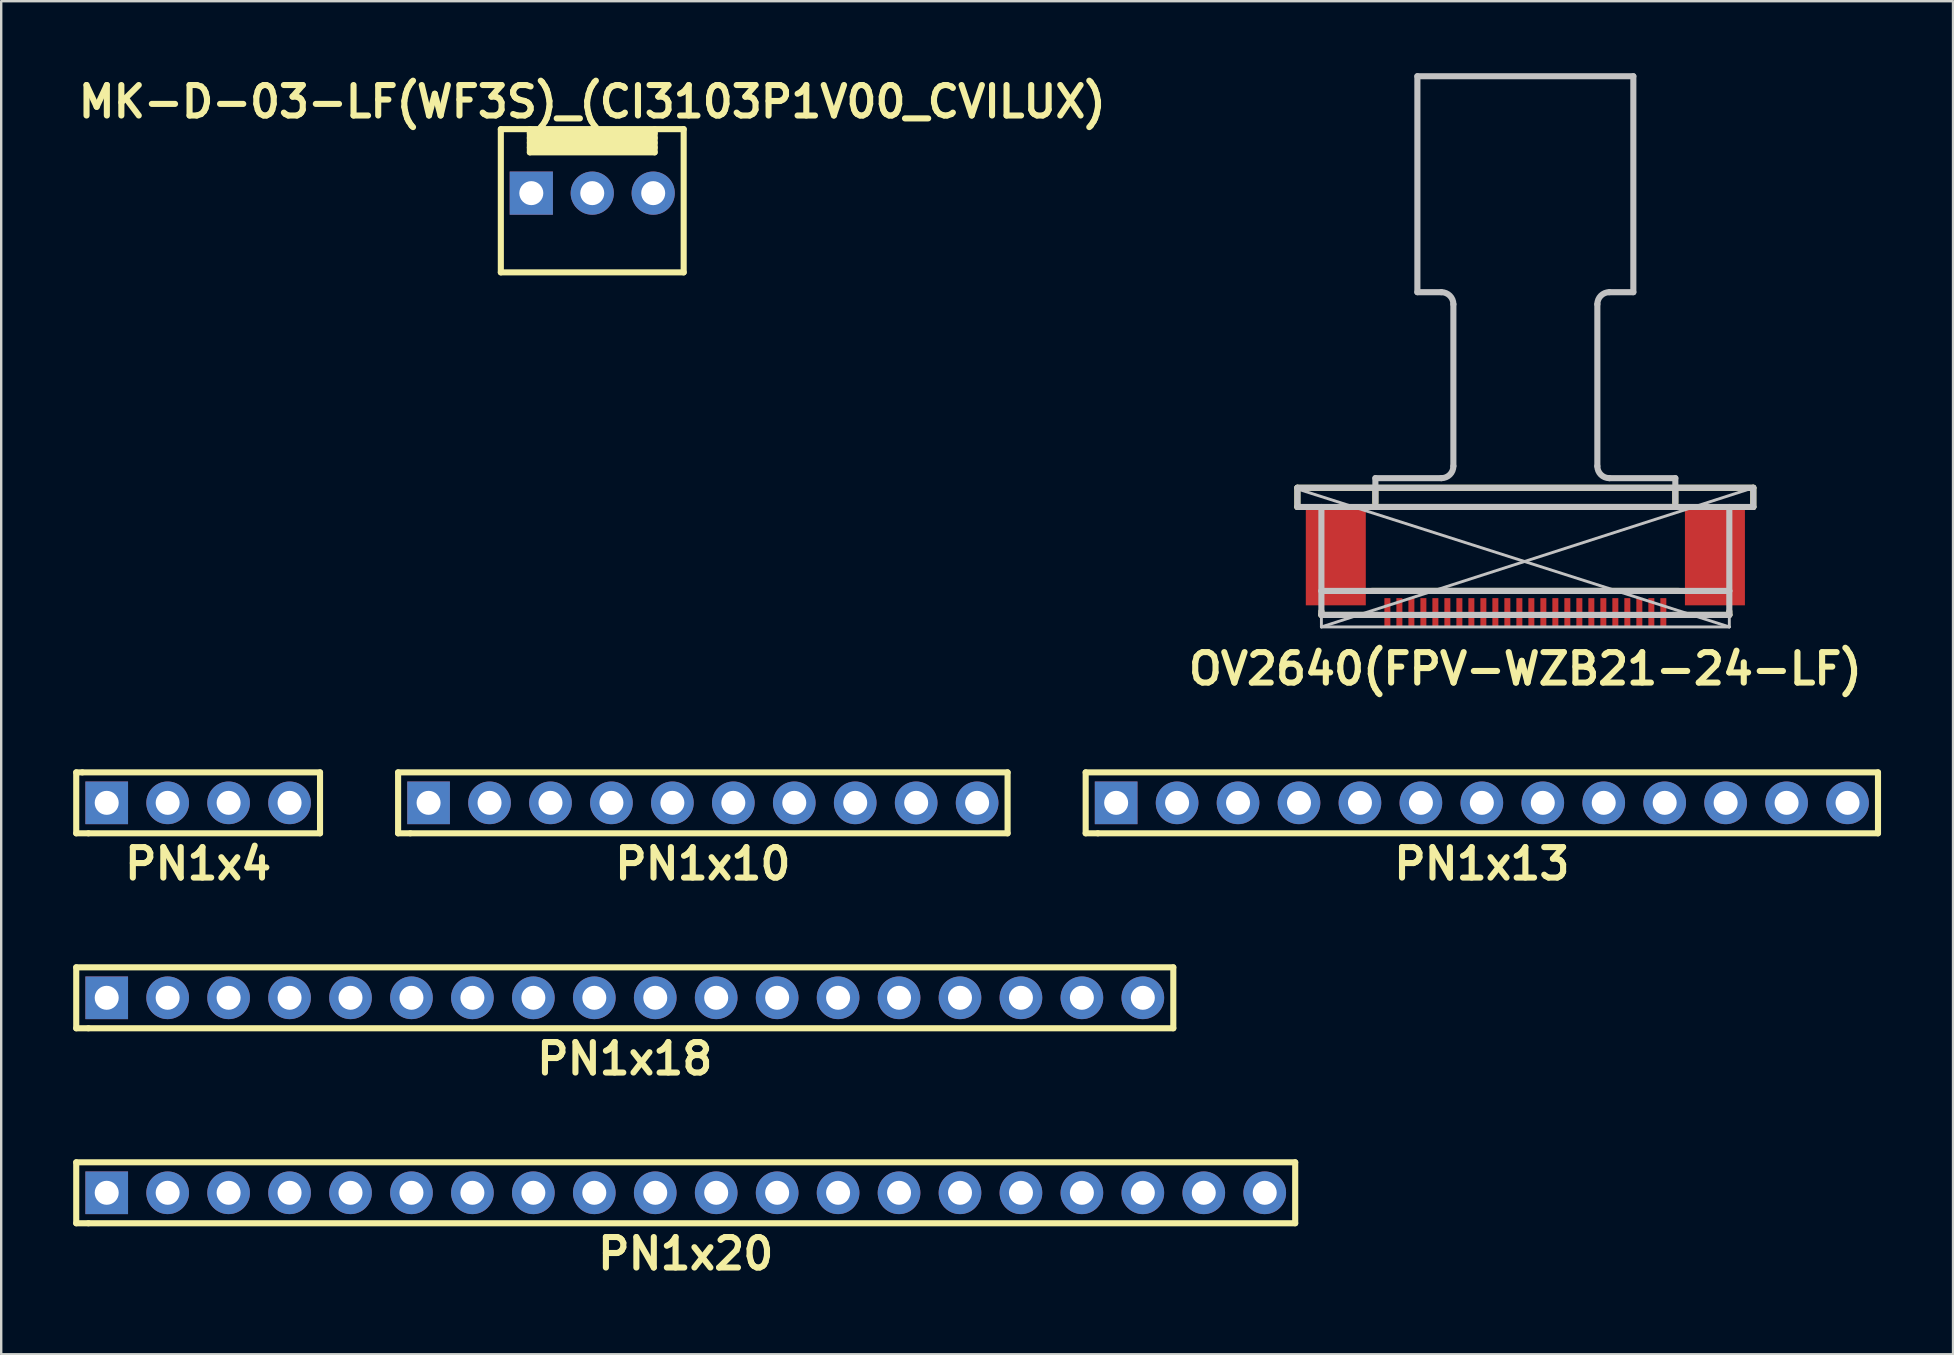
<source format=kicad_pcb>
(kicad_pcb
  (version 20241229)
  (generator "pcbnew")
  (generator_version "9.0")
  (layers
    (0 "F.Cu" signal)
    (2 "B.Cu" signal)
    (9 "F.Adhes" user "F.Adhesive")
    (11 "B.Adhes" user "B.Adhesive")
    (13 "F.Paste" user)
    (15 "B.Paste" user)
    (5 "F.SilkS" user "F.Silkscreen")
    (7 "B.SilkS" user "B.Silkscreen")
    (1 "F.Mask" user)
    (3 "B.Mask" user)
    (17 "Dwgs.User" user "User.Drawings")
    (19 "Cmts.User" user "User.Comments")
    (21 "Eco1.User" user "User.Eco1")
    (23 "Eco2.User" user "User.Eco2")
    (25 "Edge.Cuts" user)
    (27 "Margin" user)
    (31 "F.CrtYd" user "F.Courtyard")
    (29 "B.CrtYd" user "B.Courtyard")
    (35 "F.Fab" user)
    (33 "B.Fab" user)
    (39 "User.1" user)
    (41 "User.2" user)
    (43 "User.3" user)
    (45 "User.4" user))
  (footprint "PN1x13"
    (layer "F.Cu")
    (at 58.705 30.408)
    (property "Reference" "PN1x13" (at 0 2.54 0) (layer "F.SilkS") (effects (font (size 1.27 1.27) (thickness 0.254))))
    (attr through_hole)
    (fp_line (start -16.51 -1.27) (end -16.51 1.27) (stroke (width 0.254) (type solid)) (layer "F.SilkS"))
    (fp_line (start -16.51 -1.27) (end 16.51 -1.27) (stroke (width 0.254) (type solid)) (layer "F.SilkS"))
    (fp_line (start -16.002 1.27) (end -16.51 1.27) (stroke (width 0.254) (type solid)) (layer "F.SilkS"))
    (fp_line (start 16.51 -1.27) (end 16.51 1.27) (stroke (width 0.254) (type solid)) (layer "F.SilkS"))
    (fp_line (start 16.51 1.27) (end -16.002 1.27) (stroke (width 0.254) (type solid)) (layer "F.SilkS"))
    (pad "1" thru_hole rect (at -15.24 0) (size 1.778 1.778) (drill 1) (layers "*.Cu" "*.Mask"))
    (pad "2" thru_hole circle (at -12.7 0) (size 1.778 1.778) (drill 1) (layers "*.Cu" "*.Mask"))
    (pad "3" thru_hole circle (at -10.16 0) (size 1.778 1.778) (drill 1) (layers "*.Cu" "*.Mask"))
    (pad "4" thru_hole circle (at -7.62 0) (size 1.778 1.778) (drill 1) (layers "*.Cu" "*.Mask"))
    (pad "5" thru_hole circle (at -5.08 0) (size 1.778 1.778) (drill 1) (layers "*.Cu" "*.Mask"))
    (pad "6" thru_hole circle (at -2.54 0) (size 1.778 1.778) (drill 1) (layers "*.Cu" "*.Mask"))
    (pad "7" thru_hole circle (at 0 0) (size 1.778 1.778) (drill 1) (layers "*.Cu" "*.Mask"))
    (pad "8" thru_hole circle (at 2.54 0) (size 1.778 1.778) (drill 1) (layers "*.Cu" "*.Mask"))
    (pad "9" thru_hole circle (at 5.08 0) (size 1.778 1.778) (drill 1) (layers "*.Cu" "*.Mask"))
    (pad "10" thru_hole circle (at 7.62 0) (size 1.778 1.778) (drill 1) (layers "*.Cu" "*.Mask"))
    (pad "11" thru_hole circle (at 10.16 0) (size 1.778 1.778) (drill 1) (layers "*.Cu" "*.Mask"))
    (pad "12" thru_hole circle (at 12.7 0) (size 1.778 1.778) (drill 1) (layers "*.Cu" "*.Mask"))
    (pad "13" thru_hole circle (at 15.24 0) (size 1.778 1.778) (drill 1) (layers "*.Cu" "*.Mask")))
  (footprint "PN1x4"
    (layer "F.Cu")
    (at 5.207 30.408)
    (property "Reference" "PN1x4" (at 0 2.54 0) (layer "F.SilkS") (effects (font (size 1.27 1.27) (thickness 0.254))))
    (attr through_hole)
    (fp_line (start -5.08 -1.27) (end -5.08 1.27) (stroke (width 0.254) (type solid)) (layer "F.SilkS"))
    (fp_line (start -5.08 -1.27) (end -4.826 -1.27) (stroke (width 0.254) (type solid)) (layer "F.SilkS"))
    (fp_line (start -4.826 -1.27) (end 5.08 -1.27) (stroke (width 0.254) (type solid)) (layer "F.SilkS"))
    (fp_line (start -4.572 1.27) (end -5.08 1.27) (stroke (width 0.254) (type solid)) (layer "F.SilkS"))
    (fp_line (start 5.08 -1.27) (end 5.08 1.27) (stroke (width 0.254) (type solid)) (layer "F.SilkS"))
    (fp_line (start 5.08 1.27) (end -4.572 1.27) (stroke (width 0.254) (type solid)) (layer "F.SilkS"))
    (pad "1" thru_hole rect (at -3.81 0) (size 1.778 1.778) (drill 1) (layers "*.Cu" "*.Mask"))
    (pad "2" thru_hole circle (at -1.27 0) (size 1.778 1.778) (drill 1) (layers "*.Cu" "*.Mask"))
    (pad "3" thru_hole circle (at 1.27 0) (size 1.778 1.778) (drill 1) (layers "*.Cu" "*.Mask"))
    (pad "4" thru_hole circle (at 3.81 0) (size 1.778 1.778) (drill 1) (layers "*.Cu" "*.Mask")))
  (footprint "PN1x10"
    (layer "F.Cu")
    (at 26.241 30.408)
    (property "Reference" "PN1x10" (at 0 2.54 0) (layer "F.SilkS") (effects (font (size 1.27 1.27) (thickness 0.254))))
    (attr through_hole)
    (fp_line (start -12.7 -1.27) (end -12.7 1.27) (stroke (width 0.254) (type solid)) (layer "F.SilkS"))
    (fp_line (start -12.7 -1.27) (end 12.7 -1.27) (stroke (width 0.254) (type solid)) (layer "F.SilkS"))
    (fp_line (start -12.192 1.27) (end -12.7 1.27) (stroke (width 0.254) (type solid)) (layer "F.SilkS"))
    (fp_line (start 12.7 -1.27) (end 12.7 1.27) (stroke (width 0.254) (type solid)) (layer "F.SilkS"))
    (fp_line (start 12.7 1.27) (end -12.192 1.27) (stroke (width 0.254) (type solid)) (layer "F.SilkS"))
    (pad "1" thru_hole rect (at -11.43 0) (size 1.778 1.778) (drill 1) (layers "*.Cu" "*.Mask"))
    (pad "2" thru_hole circle (at -8.89 0) (size 1.778 1.778) (drill 1) (layers "*.Cu" "*.Mask"))
    (pad "3" thru_hole circle (at -6.35 0) (size 1.778 1.778) (drill 1) (layers "*.Cu" "*.Mask"))
    (pad "4" thru_hole circle (at -3.81 0) (size 1.778 1.778) (drill 1) (layers "*.Cu" "*.Mask"))
    (pad "5" thru_hole circle (at -1.27 0) (size 1.778 1.778) (drill 1) (layers "*.Cu" "*.Mask"))
    (pad "6" thru_hole circle (at 1.27 0) (size 1.778 1.778) (drill 1) (layers "*.Cu" "*.Mask"))
    (pad "7" thru_hole circle (at 3.81 0) (size 1.778 1.778) (drill 1) (layers "*.Cu" "*.Mask"))
    (pad "8" thru_hole circle (at 6.35 0) (size 1.778 1.778) (drill 1) (layers "*.Cu" "*.Mask"))
    (pad "9" thru_hole circle (at 8.89 0) (size 1.778 1.778) (drill 1) (layers "*.Cu" "*.Mask"))
    (pad "10" thru_hole circle (at 11.43 0) (size 1.778 1.778) (drill 1) (layers "*.Cu" "*.Mask")))
  (footprint "PN1x18"
    (layer "F.Cu")
    (at 22.987 38.533)
    (property "Reference" "PN1x18" (at 0 2.54 0) (layer "F.SilkS") (effects (font (size 1.27 1.27) (thickness 0.254))))
    (attr through_hole)
    (fp_line (start -22.86 -1.27) (end -22.86 1.27) (stroke (width 0.254) (type solid)) (layer "F.SilkS"))
    (fp_line (start -22.86 -1.27) (end 22.86 -1.27) (stroke (width 0.254) (type solid)) (layer "F.SilkS"))
    (fp_line (start -22.352 1.27) (end -22.86 1.27) (stroke (width 0.254) (type solid)) (layer "F.SilkS"))
    (fp_line (start 22.86 -1.27) (end 22.86 1.27) (stroke (width 0.254) (type solid)) (layer "F.SilkS"))
    (fp_line (start 22.86 1.27) (end -22.352 1.27) (stroke (width 0.254) (type solid)) (layer "F.SilkS"))
    (pad "1" thru_hole rect (at -21.59 0) (size 1.778 1.778) (drill 1) (layers "*.Cu" "*.Mask"))
    (pad "2" thru_hole circle (at -19.05 0) (size 1.778 1.778) (drill 1) (layers "*.Cu" "*.Mask"))
    (pad "3" thru_hole circle (at -16.51 0) (size 1.778 1.778) (drill 1) (layers "*.Cu" "*.Mask"))
    (pad "4" thru_hole circle (at -13.97 0) (size 1.778 1.778) (drill 1) (layers "*.Cu" "*.Mask"))
    (pad "5" thru_hole circle (at -11.43 0) (size 1.778 1.778) (drill 1) (layers "*.Cu" "*.Mask"))
    (pad "6" thru_hole circle (at -8.89 0) (size 1.778 1.778) (drill 1) (layers "*.Cu" "*.Mask"))
    (pad "7" thru_hole circle (at -6.35 0) (size 1.778 1.778) (drill 1) (layers "*.Cu" "*.Mask"))
    (pad "8" thru_hole circle (at -3.81 0) (size 1.778 1.778) (drill 1) (layers "*.Cu" "*.Mask"))
    (pad "9" thru_hole circle (at -1.27 0) (size 1.778 1.778) (drill 1) (layers "*.Cu" "*.Mask"))
    (pad "10" thru_hole circle (at 1.27 0) (size 1.778 1.778) (drill 1) (layers "*.Cu" "*.Mask"))
    (pad "11" thru_hole circle (at 3.81 0) (size 1.778 1.778) (drill 1) (layers "*.Cu" "*.Mask"))
    (pad "12" thru_hole circle (at 6.35 0) (size 1.778 1.778) (drill 1) (layers "*.Cu" "*.Mask"))
    (pad "13" thru_hole circle (at 8.89 0) (size 1.778 1.778) (drill 1) (layers "*.Cu" "*.Mask"))
    (pad "14" thru_hole circle (at 11.43 0) (size 1.778 1.778) (drill 1) (layers "*.Cu" "*.Mask"))
    (pad "15" thru_hole circle (at 13.97 0) (size 1.778 1.778) (drill 1) (layers "*.Cu" "*.Mask"))
    (pad "16" thru_hole circle (at 16.51 0) (size 1.778 1.778) (drill 1) (layers "*.Cu" "*.Mask"))
    (pad "17" thru_hole circle (at 19.05 0) (size 1.778 1.778) (drill 1) (layers "*.Cu" "*.Mask"))
    (pad "18" thru_hole circle (at 21.59 0) (size 1.778 1.778) (drill 1) (layers "*.Cu" "*.Mask")))
  (footprint "MK-D-03-LF(WF3S)_(CI3103P1V00_CVILUX)"
    (layer "F.Cu")
    (at 21.632 4.999)
    (property "Reference" "MK-D-03-LF(WF3S)_(CI3103P1V00_CVILUX)" (at 0 -3.81 0) (layer "F.SilkS") (effects (font (size 1.27 1.27) (thickness 0.254))))
    (attr through_hole)
    (fp_line (start -3.81 -2.667) (end 3.81 -2.667) (stroke (width 0.254) (type solid)) (layer "F.SilkS"))
    (fp_line (start -3.81 3.302) (end -3.81 -2.667) (stroke (width 0.254) (type solid)) (layer "F.SilkS"))
    (fp_line (start -2.6 -2.667) (end -2.6 -1.7) (stroke (width 0.254) (type solid)) (layer "F.SilkS"))
    (fp_line (start -2.6 -2.5) (end 2.6 -2.5) (stroke (width 0.254) (type solid)) (layer "F.SilkS"))
    (fp_line (start -2.6 -2.3) (end 2.6 -2.3) (stroke (width 0.254) (type solid)) (layer "F.SilkS"))
    (fp_line (start -2.6 -2.1) (end 2.6 -2.1) (stroke (width 0.254) (type solid)) (layer "F.SilkS"))
    (fp_line (start -2.6 -1.9) (end 2.6 -1.9) (stroke (width 0.254) (type solid)) (layer "F.SilkS"))
    (fp_line (start -2.6 -1.7) (end 2.6 -1.7) (stroke (width 0.254) (type solid)) (layer "F.SilkS"))
    (fp_line (start 2.6 -1.7) (end 2.6 -2.667) (stroke (width 0.254) (type solid)) (layer "F.SilkS"))
    (fp_line (start 3.81 -2.667) (end 3.81 3.302) (stroke (width 0.254) (type solid)) (layer "F.SilkS"))
    (fp_line (start 3.81 3.302) (end -3.81 3.302) (stroke (width 0.254) (type solid)) (layer "F.SilkS"))
    (pad "1" thru_hole rect (at -2.54 0 90) (size 1.8 1.8) (drill 1) (layers "*.Cu" "*.Mask"))
    (pad "2" thru_hole circle (at 0 0 90) (size 1.8 1.8) (drill 1) (layers "*.Cu" "*.Mask"))
    (pad "3" thru_hole circle (at 2.54 0 90) (size 1.8 1.8) (drill 1) (layers "*.Cu" "*.Mask")))
  (footprint "PN1x20"
    (layer "F.Cu")
    (at 25.527 46.659)
    (property "Reference" "PN1x20" (at 0 2.54 0) (layer "F.SilkS") (effects (font (size 1.27 1.27) (thickness 0.254))))
    (attr through_hole)
    (fp_line (start -25.4 -1.27) (end -25.4 1.27) (stroke (width 0.254) (type solid)) (layer "F.SilkS"))
    (fp_line (start -25.4 -1.27) (end 25.4 -1.27) (stroke (width 0.254) (type solid)) (layer "F.SilkS"))
    (fp_line (start -24.892 1.27) (end -25.4 1.27) (stroke (width 0.254) (type solid)) (layer "F.SilkS"))
    (fp_line (start 25.4 -1.27) (end 25.4 1.27) (stroke (width 0.254) (type solid)) (layer "F.SilkS"))
    (fp_line (start 25.4 1.27) (end -24.892 1.27) (stroke (width 0.254) (type solid)) (layer "F.SilkS"))
    (pad "1" thru_hole rect (at -24.13 0) (size 1.778 1.778) (drill 1) (layers "*.Cu" "*.Mask"))
    (pad "2" thru_hole circle (at -21.59 0) (size 1.778 1.778) (drill 1) (layers "*.Cu" "*.Mask"))
    (pad "3" thru_hole circle (at -19.05 0) (size 1.778 1.778) (drill 1) (layers "*.Cu" "*.Mask"))
    (pad "4" thru_hole circle (at -16.51 0) (size 1.778 1.778) (drill 1) (layers "*.Cu" "*.Mask"))
    (pad "5" thru_hole circle (at -13.97 0) (size 1.778 1.778) (drill 1) (layers "*.Cu" "*.Mask"))
    (pad "6" thru_hole circle (at -11.43 0) (size 1.778 1.778) (drill 1) (layers "*.Cu" "*.Mask"))
    (pad "7" thru_hole circle (at -8.89 0) (size 1.778 1.778) (drill 1) (layers "*.Cu" "*.Mask"))
    (pad "8" thru_hole circle (at -6.35 0) (size 1.778 1.778) (drill 1) (layers "*.Cu" "*.Mask"))
    (pad "9" thru_hole circle (at -3.81 0) (size 1.778 1.778) (drill 1) (layers "*.Cu" "*.Mask"))
    (pad "10" thru_hole circle (at -1.27 0) (size 1.778 1.778) (drill 1) (layers "*.Cu" "*.Mask"))
    (pad "11" thru_hole circle (at 1.27 0) (size 1.778 1.778) (drill 1) (layers "*.Cu" "*.Mask"))
    (pad "12" thru_hole circle (at 3.81 0) (size 1.778 1.778) (drill 1) (layers "*.Cu" "*.Mask"))
    (pad "13" thru_hole circle (at 6.35 0) (size 1.778 1.778) (drill 1) (layers "*.Cu" "*.Mask"))
    (pad "14" thru_hole circle (at 8.89 0) (size 1.778 1.778) (drill 1) (layers "*.Cu" "*.Mask"))
    (pad "15" thru_hole circle (at 11.43 0) (size 1.778 1.778) (drill 1) (layers "*.Cu" "*.Mask"))
    (pad "16" thru_hole circle (at 13.97 0) (size 1.778 1.778) (drill 1) (layers "*.Cu" "*.Mask"))
    (pad "17" thru_hole circle (at 16.51 0) (size 1.778 1.778) (drill 1) (layers "*.Cu" "*.Mask"))
    (pad "18" thru_hole circle (at 19.05 0) (size 1.778 1.778) (drill 1) (layers "*.Cu" "*.Mask"))
    (pad "19" thru_hole circle (at 21.59 0) (size 1.778 1.778) (drill 1) (layers "*.Cu" "*.Mask"))
    (pad "20" thru_hole circle (at 24.13 0) (size 1.778 1.778) (drill 1) (layers "*.Cu" "*.Mask")))
  (footprint "OV2640(FPV-WZB21-24-LF)"
    (layer "F.Cu")
    (at 60.519 20.377)
    (property "Reference" "OV2640(FPV-WZB21-24-LF)" (at 0 4.445 0) (layer "F.SilkS") (effects (font (size 1.27 1.27) (thickness 0.254))))
    (attr smd)
    (fp_line (start -9.5 -3.1) (end 9.5 -3.1) (stroke (width 0.254) (type solid)) (layer "F.SilkS"))
    (fp_line (start -9.5 -2.3) (end -9.5 -3.1) (stroke (width 0.254) (type solid)) (layer "F.SilkS"))
    (fp_line (start -9.5 -2.3) (end -9.4 -2.3) (stroke (width 0.254) (type solid)) (layer "F.SilkS"))
    (fp_line (start -8.5 2.05) (end -8.5 2.2) (stroke (width 0.254) (type solid)) (layer "F.SilkS"))
    (fp_line (start -8.5 2.2) (end -6.15 2.2) (stroke (width 0.254) (type solid)) (layer "F.SilkS"))
    (fp_line (start -6.4 1.2) (end 6.4 1.2) (stroke (width 0.254) (type solid)) (layer "F.SilkS"))
    (fp_line (start -6.25 -2.3) (end -6.25 -3.1) (stroke (width 0.254) (type solid)) (layer "F.SilkS"))
    (fp_line (start 6.15 2.2) (end 8.5 2.2) (stroke (width 0.254) (type solid)) (layer "F.SilkS"))
    (fp_line (start 6.25 -2.3) (end 6.25 -3.1) (stroke (width 0.254) (type solid)) (layer "F.SilkS"))
    (fp_line (start 6.4 -2.3) (end -6.4 -2.3) (stroke (width 0.254) (type solid)) (layer "F.SilkS"))
    (fp_line (start 8.5 2.2) (end 8.5 2.05) (stroke (width 0.254) (type solid)) (layer "F.SilkS"))
    (fp_line (start 9.5 -3.1) (end 9.5 -2.3) (stroke (width 0.254) (type solid)) (layer "F.SilkS"))
    (fp_line (start 9.5 -2.3) (end 9.4 -2.3) (stroke (width 0.254) (type solid)) (layer "F.SilkS"))
    (fp_line (start -9.5 -3.1) (end -9.5 -2.3) (stroke (width 0.254) (type solid)) (layer "Dwgs.User"))
    (fp_line (start -9.5 -3.1) (end 9.5 -3.1) (stroke (width 0.254) (type solid)) (layer "Dwgs.User"))
    (fp_line (start -9.5 -2.3) (end 9.5 -2.3) (stroke (width 0.254) (type solid)) (layer "Dwgs.User"))
    (fp_line (start -8.5 1.2) (end -8.5 -2.3) (stroke (width 0.254) (type solid)) (layer "Dwgs.User"))
    (fp_line (start -8.5 1.2) (end -8.5 2.2) (stroke (width 0.254) (type solid)) (layer "Dwgs.User"))
    (fp_line (start -8.5 1.2) (end 8.5 1.2) (stroke (width 0.254) (type solid)) (layer "Dwgs.User"))
    (fp_line (start -8.5 2.2) (end -8.5 2.7) (stroke (width 0.12) (type solid)) (layer "Dwgs.User"))
    (fp_line (start -8.5 2.2) (end 8.5 2.2) (stroke (width 0.254) (type solid)) (layer "Dwgs.User"))
    (fp_line (start -8.5 2.7) (end 8.5 2.7) (stroke (width 0.12) (type solid)) (layer "Dwgs.User"))
    (fp_line (start -6.25 -3.5) (end -6.25 -2.5) (stroke (width 0.254) (type solid)) (layer "Dwgs.User"))
    (fp_line (start -4.5 -20.25) (end 4.5 -20.25) (stroke (width 0.254) (type solid)) (layer "Dwgs.User"))
    (fp_line (start -4.5 -11.25) (end -4.5 -20.25) (stroke (width 0.254) (type solid)) (layer "Dwgs.User"))
    (fp_line (start -3.5 -11.25) (end -4.5 -11.25) (stroke (width 0.254) (type solid)) (layer "Dwgs.User"))
    (fp_line (start -3.5 -3.5) (end -6.25 -3.5) (stroke (width 0.254) (type solid)) (layer "Dwgs.User"))
    (fp_line (start -3 -10.75) (end -3 -4) (stroke (width 0.254) (type solid)) (layer "Dwgs.User"))
    (fp_line (start 3 -4) (end 3 -10.75) (stroke (width 0.254) (type solid)) (layer "Dwgs.User"))
    (fp_line (start 4.5 -20.25) (end 4.5 -11.25) (stroke (width 0.254) (type solid)) (layer "Dwgs.User"))
    (fp_line (start 4.5 -11.25) (end 3.5 -11.25) (stroke (width 0.254) (type solid)) (layer "Dwgs.User"))
    (fp_line (start 6.25 -3.5) (end 3.5 -3.5) (stroke (width 0.254) (type solid)) (layer "Dwgs.User"))
    (fp_line (start 6.25 -3.5) (end 6.25 -2.5) (stroke (width 0.254) (type solid)) (layer "Dwgs.User"))
    (fp_line (start 8.5 1.2) (end 8.5 -2.3) (stroke (width 0.254) (type solid)) (layer "Dwgs.User"))
    (fp_line (start 8.5 1.2) (end 8.5 2.2) (stroke (width 0.254) (type solid)) (layer "Dwgs.User"))
    (fp_line (start 8.5 2.7) (end -9.5 -3.05) (stroke (width 0.12) (type solid)) (layer "Dwgs.User"))
    (fp_line (start 8.5 2.7) (end 8.5 2.2) (stroke (width 0.12) (type solid)) (layer "Dwgs.User"))
    (fp_line (start 9.5 -3.1) (end -8.5 2.7) (stroke (width 0.12) (type solid)) (layer "Dwgs.User"))
    (fp_line (start 9.5 -2.3) (end 9.5 -3.1) (stroke (width 0.254) (type solid)) (layer "Dwgs.User"))
    (fp_arc (start -3.5 -11.25) (mid -3.146447 -11.103553) (end -3 -10.75) (stroke (width 0.254) (type solid)) (layer "Dwgs.User"))
    (fp_arc (start -3 -4) (mid -3.146447 -3.646447) (end -3.5 -3.5) (stroke (width 0.254) (type solid)) (layer "Dwgs.User"))
    (fp_arc (start 3 -10.75) (mid 3.146447 -11.103553) (end 3.5 -11.25) (stroke (width 0.254) (type solid)) (layer "Dwgs.User"))
    (fp_arc (start 3.5 -3.5) (mid 3.146447 -3.646447) (end 3 -4) (stroke (width 0.254) (type solid)) (layer "Dwgs.User"))
    (pad "0" smd rect (at -7.9 -0.25) (size 2.5 4.1) (layers "F.Cu" "F.Mask" "F.Paste"))
    (pad "0" smd rect (at 7.9 -0.25) (size 2.5 4.1) (layers "F.Cu" "F.Mask" "F.Paste"))
    (pad "1" smd rect (at -5.75 2.1) (size 0.25 1.2) (layers "F.Cu" "F.Mask" "F.Paste"))
    (pad "2" smd rect (at -5.25 2.1) (size 0.25 1.2) (layers "F.Cu" "F.Mask" "F.Paste"))
    (pad "3" smd rect (at -4.75 2.1) (size 0.25 1.2) (layers "F.Cu" "F.Mask" "F.Paste"))
    (pad "4" smd rect (at -4.25 2.1) (size 0.25 1.2) (layers "F.Cu" "F.Mask" "F.Paste"))
    (pad "5" smd rect (at -3.75 2.1) (size 0.25 1.2) (layers "F.Cu" "F.Mask" "F.Paste"))
    (pad "6" smd rect (at -3.25 2.1) (size 0.25 1.2) (layers "F.Cu" "F.Mask" "F.Paste"))
    (pad "7" smd rect (at -2.75 2.1) (size 0.25 1.2) (layers "F.Cu" "F.Mask" "F.Paste"))
    (pad "8" smd rect (at -2.25 2.1) (size 0.25 1.2) (layers "F.Cu" "F.Mask" "F.Paste"))
    (pad "9" smd rect (at -1.75 2.1) (size 0.25 1.2) (layers "F.Cu" "F.Mask" "F.Paste"))
    (pad "10" smd rect (at -1.25 2.1) (size 0.25 1.2) (layers "F.Cu" "F.Mask" "F.Paste"))
    (pad "11" smd rect (at -0.75 2.1) (size 0.25 1.2) (layers "F.Cu" "F.Mask" "F.Paste"))
    (pad "12" smd rect (at -0.25 2.1) (size 0.25 1.2) (layers "F.Cu" "F.Mask" "F.Paste"))
    (pad "13" smd rect (at 0.25 2.1) (size 0.25 1.2) (layers "F.Cu" "F.Mask" "F.Paste"))
    (pad "14" smd rect (at 0.75 2.1) (size 0.25 1.2) (layers "F.Cu" "F.Mask" "F.Paste"))
    (pad "15" smd rect (at 1.25 2.1) (size 0.25 1.2) (layers "F.Cu" "F.Mask" "F.Paste"))
    (pad "16" smd rect (at 1.75 2.1) (size 0.25 1.2) (layers "F.Cu" "F.Mask" "F.Paste"))
    (pad "17" smd rect (at 2.25 2.1) (size 0.25 1.2) (layers "F.Cu" "F.Mask" "F.Paste"))
    (pad "18" smd rect (at 2.75 2.1) (size 0.25 1.2) (layers "F.Cu" "F.Mask" "F.Paste"))
    (pad "19" smd rect (at 3.25 2.1) (size 0.25 1.2) (layers "F.Cu" "F.Mask" "F.Paste"))
    (pad "20" smd rect (at 3.75 2.1) (size 0.25 1.2) (layers "F.Cu" "F.Mask" "F.Paste"))
    (pad "21" smd rect (at 4.25 2.1) (size 0.25 1.2) (layers "F.Cu" "F.Mask" "F.Paste"))
    (pad "22" smd rect (at 4.75 2.1) (size 0.25 1.2) (layers "F.Cu" "F.Mask" "F.Paste"))
    (pad "23" smd rect (at 5.25 2.1) (size 0.25 1.2) (layers "F.Cu" "F.Mask" "F.Paste"))
    (pad "24" smd rect (at 5.75 2.1) (size 0.25 1.2) (layers "F.Cu" "F.Mask" "F.Paste")))
  (gr_rect
    (start -3 -3)
    (end 78.342 53.388)
    (stroke (width 0.1) (type default))
    (fill no)
    (layer "Edge.Cuts")))
</source>
